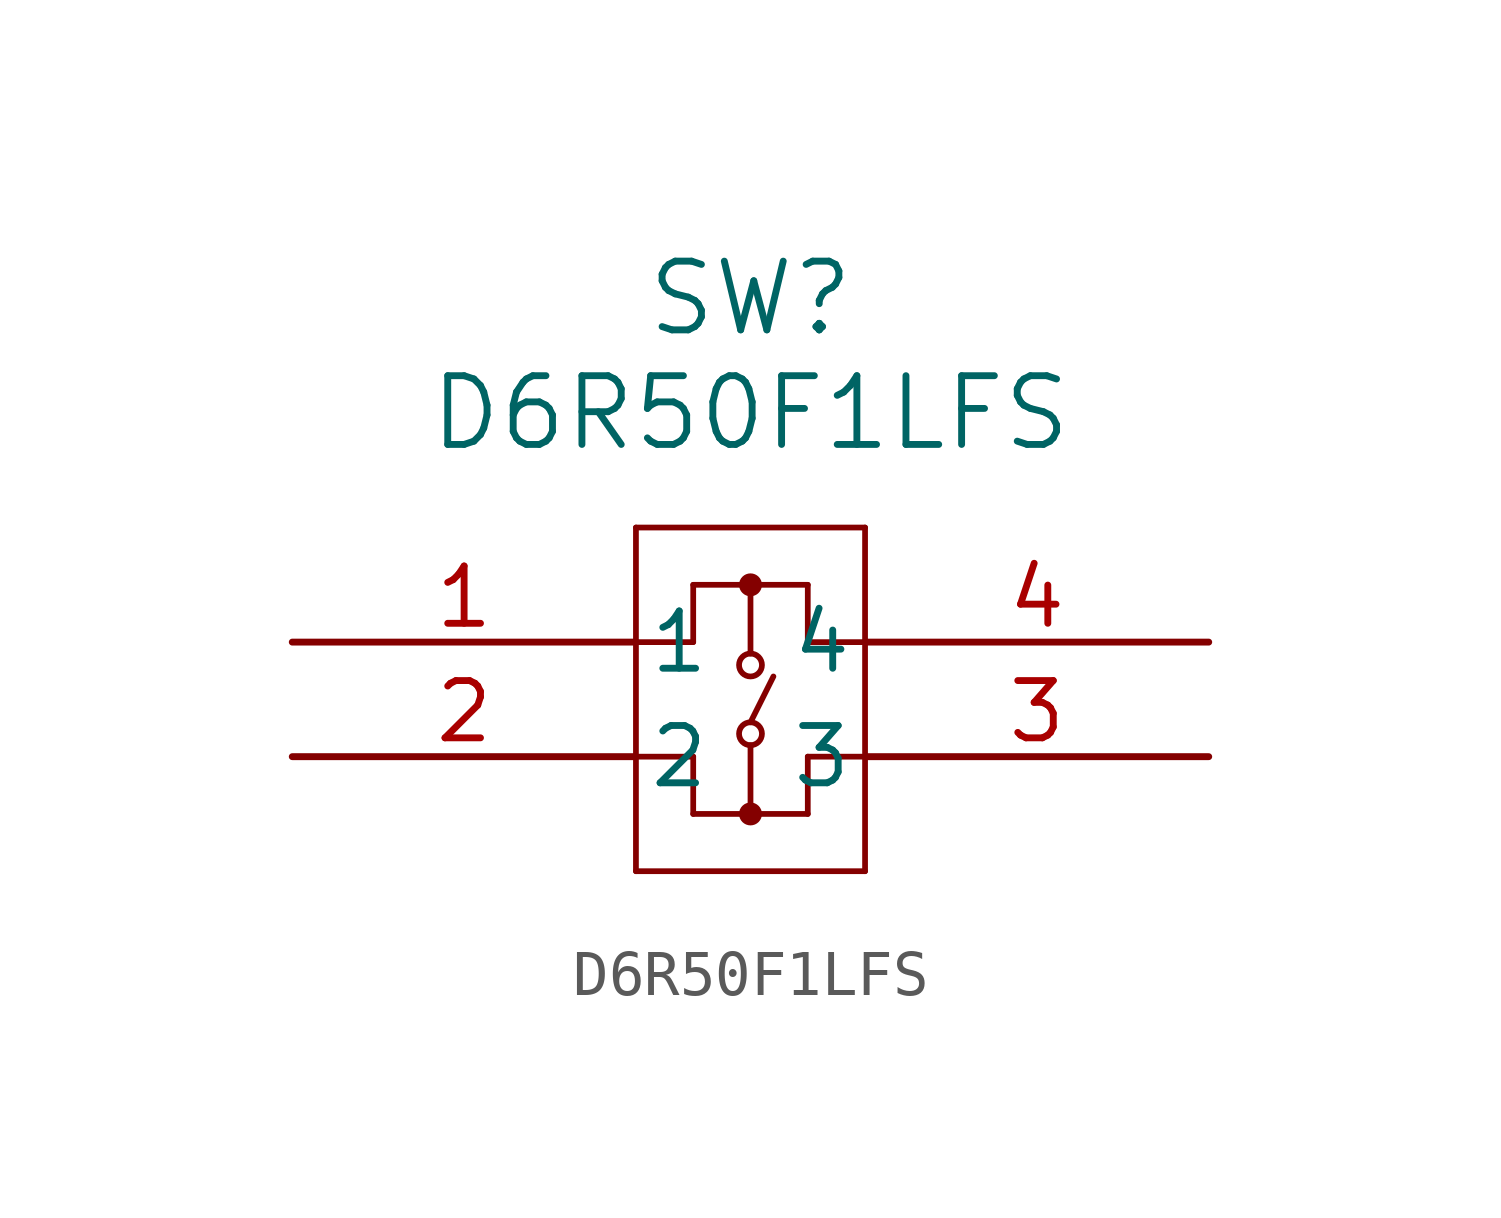
<source format=kicad_sym>
(kicad_symbol_lib
  (version 20211014)
  (generator kicad_symbol_editor)
  (symbol "D6R50F1LFS"
    (pin_names
      (offset 0.254))
    (property "Reference" "SW"
      (at 10.16 7.62 0)
      (effects (font (size 1.524 1.524))))
    (property "Value" "D6R50F1LFS"
      (at 10.16 5.08 0)
      (effects (font (size 1.524 1.524))))
    (symbol "D6R50F1LFS_0_1"
      (polyline (pts (xy 7.62 2.54) (xy 7.62 -5.08)) (stroke (width 0.127) (type default) (color 0 0 0 0)) (fill (type none)))
      (polyline (pts (xy 7.62 -5.08) (xy 12.7 -5.08)) (stroke (width 0.127) (type default) (color 0 0 0 0)) (fill (type none)))
      (polyline (pts (xy 12.7 -5.08) (xy 12.7 2.54)) (stroke (width 0.127) (type default) (color 0 0 0 0)) (fill (type none)))
      (polyline (pts (xy 12.7 2.54) (xy 7.62 2.54)) (stroke (width 0.127) (type default) (color 0 0 0 0)) (fill (type none)))
      (polyline (pts (xy 7.62 0) (xy 8.89 0)) (stroke (width 0.127) (type default) (color 0 0 0 0)) (fill (type none)))
      (polyline (pts (xy 7.62 -2.54) (xy 8.89 -2.54)) (stroke (width 0.127) (type default) (color 0 0 0 0)) (fill (type none)))
      (polyline (pts (xy 10.16 1.27) (xy 10.16 -0.254)) (stroke (width 0.127) (type default) (color 0 0 0 0)) (fill (type none)))
      (polyline (pts (xy 10.16 -2.286) (xy 10.16 -3.81)) (stroke (width 0.127) (type default) (color 0 0 0 0)) (fill (type none)))
      (circle (center 10.16 -0.508) (radius 0.254) (stroke (width 0.127) (type default) (color 0 0 0 0)) (fill (type none)))
      (circle (center 10.16 -2.032) (radius 0.254) (stroke (width 0.127) (type default) (color 0 0 0 0)) (fill (type none)))
      (polyline (pts (xy 10.16 -1.778) (xy 10.668 -0.762)) (stroke (width 0.127) (type default) (color 0 0 0 0)) (fill (type none)))
      (polyline (pts (xy 8.89 1.27) (xy 8.89 0)) (stroke (width 0.127) (type default) (color 0 0 0 0)) (fill (type none)))
      (polyline (pts (xy 8.89 1.27) (xy 11.43 1.27)) (stroke (width 0.127) (type default) (color 0 0 0 0)) (fill (type none)))
      (polyline (pts (xy 11.43 1.27) (xy 11.43 0)) (stroke (width 0.127) (type default) (color 0 0 0 0)) (fill (type none)))
      (polyline (pts (xy 8.89 -2.54) (xy 8.89 -3.81)) (stroke (width 0.127) (type default) (color 0 0 0 0)) (fill (type none)))
      (polyline (pts (xy 8.89 -3.81) (xy 11.43 -3.81)) (stroke (width 0.127) (type default) (color 0 0 0 0)) (fill (type none)))
      (polyline (pts (xy 11.43 -3.81) (xy 11.43 -2.54)) (stroke (width 0.127) (type default) (color 0 0 0 0)) (fill (type none)))
      (polyline (pts (xy 11.43 0) (xy 12.7 0)) (stroke (width 0.127) (type default) (color 0 0 0 0)) (fill (type none)))
      (polyline (pts (xy 11.43 -2.54) (xy 12.7 -2.54)) (stroke (width 0.127) (type default) (color 0 0 0 0)) (fill (type none)))
      (circle (center 10.16 -3.81) (radius 0.127) (stroke (width 0.254) (type default) (color 0 0 0 0)) (fill (type none)))
      (circle (center 10.16 1.27) (radius 0.127) (stroke (width 0.254) (type default) (color 0 0 0 0)) (fill (type none)))
      (pin unspecified line (at 0 0 0) (length 7.62) (name "1" (effects (font (size 1.27 1.27)))) (number "1" (effects (font (size 1.27 1.27)))))
      (pin unspecified line (at 0 -2.54 0) (length 7.62) (name "2" (effects (font (size 1.27 1.27)))) (number "2" (effects (font (size 1.27 1.27)))))
      (pin unspecified line (at 20.32 -2.54 180) (length 7.62) (name "3" (effects (font (size 1.27 1.27)))) (number "3" (effects (font (size 1.27 1.27)))))
      (pin unspecified line (at 20.32 0 180) (length 7.62) (name "4" (effects (font (size 1.27 1.27)))) (number "4" (effects (font (size 1.27 1.27))))))))
</source>
